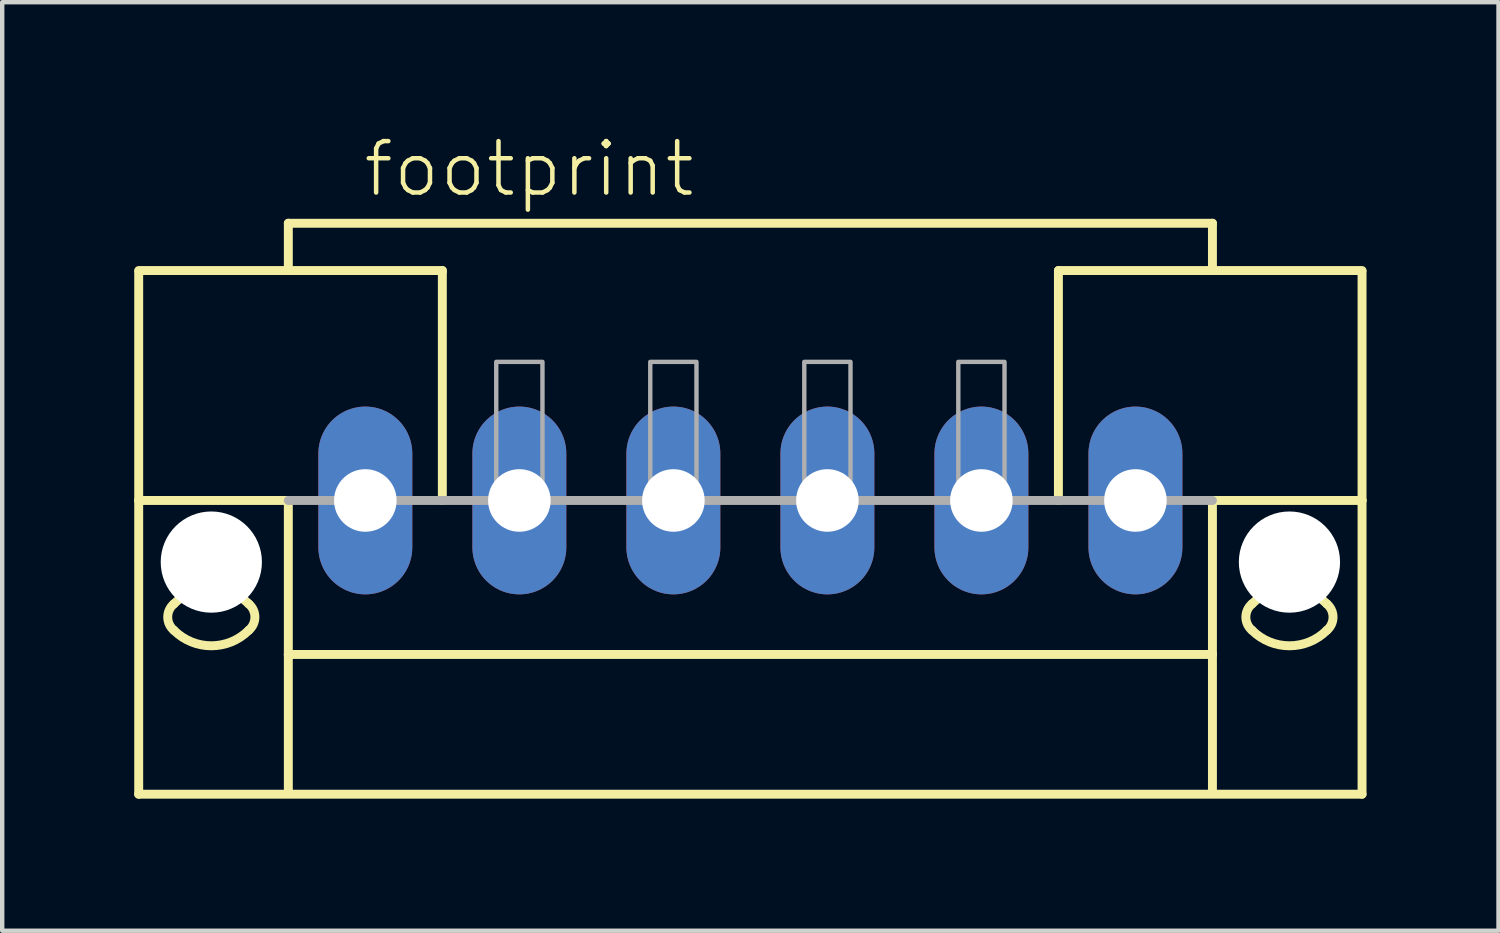
<source format=kicad_pcb>
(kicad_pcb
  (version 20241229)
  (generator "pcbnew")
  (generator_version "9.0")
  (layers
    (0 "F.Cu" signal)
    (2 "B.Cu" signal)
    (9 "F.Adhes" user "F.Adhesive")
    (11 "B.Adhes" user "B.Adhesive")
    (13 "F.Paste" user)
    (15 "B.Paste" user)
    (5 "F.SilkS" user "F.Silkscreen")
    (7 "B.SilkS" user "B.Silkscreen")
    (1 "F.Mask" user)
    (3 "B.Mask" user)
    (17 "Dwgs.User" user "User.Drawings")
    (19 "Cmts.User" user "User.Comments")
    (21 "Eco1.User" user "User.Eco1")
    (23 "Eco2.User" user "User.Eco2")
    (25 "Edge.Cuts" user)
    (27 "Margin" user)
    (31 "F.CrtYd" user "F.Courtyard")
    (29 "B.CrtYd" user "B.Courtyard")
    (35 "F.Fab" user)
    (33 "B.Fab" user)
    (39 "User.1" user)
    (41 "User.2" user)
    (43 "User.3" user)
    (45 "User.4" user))
  (footprint "footprint"
    (layer "F.Cu")
    (at 14.002 8.323)
    (property "Reference" "footprint" (at -8.85 -6.85 0) (layer "F.SilkS") (effects (font (size 1.168 1.168) (thickness 0.102)) (justify left bottom)))
    (fp_line (start -13.9 -5.225) (end -7 -5.225) (stroke (width 0.203) (type solid)) (layer "F.SilkS"))
    (fp_line (start -13.9 -5.2) (end -13.9 0) (stroke (width 0.203) (type solid)) (layer "F.SilkS"))
    (fp_line (start -13.9 0) (end -13.9 6.675) (stroke (width 0.203) (type solid)) (layer "F.SilkS"))
    (fp_line (start -13.9 0) (end -10.5 0) (stroke (width 0.203) (type solid)) (layer "F.SilkS"))
    (fp_line (start -13.9 6.675) (end 13.9 6.675) (stroke (width 0.203) (type solid)) (layer "F.SilkS"))
    (fp_line (start -10.5 -6.3) (end 10.5 -6.3) (stroke (width 0.203) (type solid)) (layer "F.SilkS"))
    (fp_line (start -10.5 -5.3) (end -10.5 -6.3) (stroke (width 0.203) (type solid)) (layer "F.SilkS"))
    (fp_line (start -10.5 0) (end -10.5 3.5) (stroke (width 0.203) (type solid)) (layer "F.SilkS"))
    (fp_line (start -10.5 3.5) (end 10.5 3.5) (stroke (width 0.203) (type solid)) (layer "F.SilkS"))
    (fp_line (start -10.5 6.65) (end -10.5 3.5) (stroke (width 0.203) (type solid)) (layer "F.SilkS"))
    (fp_line (start -7 -5.225) (end -7 -5.2) (stroke (width 0.203) (type solid)) (layer "F.SilkS"))
    (fp_line (start -7 -5.175) (end -7 0) (stroke (width 0.203) (type solid)) (layer "F.SilkS"))
    (fp_line (start 7 -5.225) (end 13.9 -5.225) (stroke (width 0.203) (type solid)) (layer "F.SilkS"))
    (fp_line (start 7 -5.2) (end 7 -5.225) (stroke (width 0.203) (type solid)) (layer "F.SilkS"))
    (fp_line (start 7 0) (end 7 -5.175) (stroke (width 0.203) (type solid)) (layer "F.SilkS"))
    (fp_line (start 10.5 -6.3) (end 10.5 -5.3) (stroke (width 0.203) (type solid)) (layer "F.SilkS"))
    (fp_line (start 10.5 3.5) (end 10.5 0) (stroke (width 0.203) (type solid)) (layer "F.SilkS"))
    (fp_line (start 10.5 6.65) (end 10.5 3.5) (stroke (width 0.203) (type solid)) (layer "F.SilkS"))
    (fp_line (start 13.9 0) (end 10.5 0) (stroke (width 0.203) (type solid)) (layer "F.SilkS"))
    (fp_line (start 13.9 0) (end 13.9 -5.2) (stroke (width 0.203) (type solid)) (layer "F.SilkS"))
    (fp_line (start 13.9 6.675) (end 13.9 0) (stroke (width 0.203) (type solid)) (layer "F.SilkS"))
    (fp_arc (start -13.1 2.35) (mid -12.25 1.997918) (end -11.4 2.35) (stroke (width 0.2032) (type solid)) (layer "F.SilkS"))
    (fp_arc (start -13.1 2.95) (mid -13.240512 2.65) (end -13.1 2.35) (stroke (width 0.2032) (type solid)) (layer "F.SilkS"))
    (fp_arc (start -11.4 2.95) (mid -12.25 3.302082) (end -13.1 2.95) (stroke (width 0.2032) (type solid)) (layer "F.SilkS"))
    (fp_arc (start -11.399999 2.350001) (mid -11.259487 2.650001) (end -11.4 2.95) (stroke (width 0.2032) (type solid)) (layer "F.SilkS"))
    (fp_arc (start 11.399999 2.949999) (mid 11.259487 2.649999) (end 11.4 2.35) (stroke (width 0.2032) (type solid)) (layer "F.SilkS"))
    (fp_arc (start 11.4 2.35) (mid 12.25 1.997918) (end 13.1 2.35) (stroke (width 0.2032) (type solid)) (layer "F.SilkS"))
    (fp_arc (start 13.1 2.35) (mid 13.240512 2.65) (end 13.1 2.95) (stroke (width 0.2032) (type solid)) (layer "F.SilkS"))
    (fp_arc (start 13.1 2.95) (mid 12.25 3.302082) (end 11.4 2.95) (stroke (width 0.2032) (type solid)) (layer "F.SilkS"))
    (fp_line (start 10.5 0) (end -10.5 0) (stroke (width 0.203) (type solid)) (layer "F.Fab"))
    (fp_poly (pts (xy -5.775 0) (xy -4.725 0) (xy -4.725 -3.15) (xy -5.775 -3.15)) (stroke (width 0.1) (type solid)) (fill no) (layer "F.Fab"))
    (fp_poly (pts (xy -2.275 0) (xy -1.225 0) (xy -1.225 -3.15) (xy -2.275 -3.15)) (stroke (width 0.1) (type solid)) (fill no) (layer "F.Fab"))
    (fp_poly (pts (xy 1.225 0) (xy 2.275 0) (xy 2.275 -3.15) (xy 1.225 -3.15)) (stroke (width 0.1) (type solid)) (fill no) (layer "F.Fab"))
    (fp_poly (pts (xy 4.725 0) (xy 5.775 0) (xy 5.775 -3.15) (xy 4.725 -3.15)) (stroke (width 0.1) (type solid)) (fill no) (layer "F.Fab"))
    (pad "" np_thru_hole circle (at -12.25 1.4) (size 2.3 2.3) (drill 2.3) (layers "*.Cu" "*.Mask"))
    (pad "" np_thru_hole circle (at 12.25 1.4) (size 2.3 2.3) (drill 2.3) (layers "*.Cu" "*.Mask"))
    (pad "1" thru_hole oval (at -8.75 0 90) (size 4.267 2.134) (drill 1.422) (layers "*.Cu" "*.Mask"))
    (pad "2" thru_hole oval (at -5.25 0 90) (size 4.267 2.134) (drill 1.422) (layers "*.Cu" "*.Mask"))
    (pad "3" thru_hole oval (at -1.75 0 90) (size 4.267 2.134) (drill 1.422) (layers "*.Cu" "*.Mask"))
    (pad "4" thru_hole oval (at 1.75 0 90) (size 4.267 2.134) (drill 1.422) (layers "*.Cu" "*.Mask"))
    (pad "5" thru_hole oval (at 5.25 0 90) (size 4.267 2.134) (drill 1.422) (layers "*.Cu" "*.Mask"))
    (pad "6" thru_hole oval (at 8.75 0 90) (size 4.267 2.134) (drill 1.422) (layers "*.Cu" "*.Mask")))
  (gr_rect
    (start -3 -3)
    (end 31.003 18.1)
    (stroke (width 0.1) (type default))
    (fill no)
    (layer "Edge.Cuts")))
</source>
